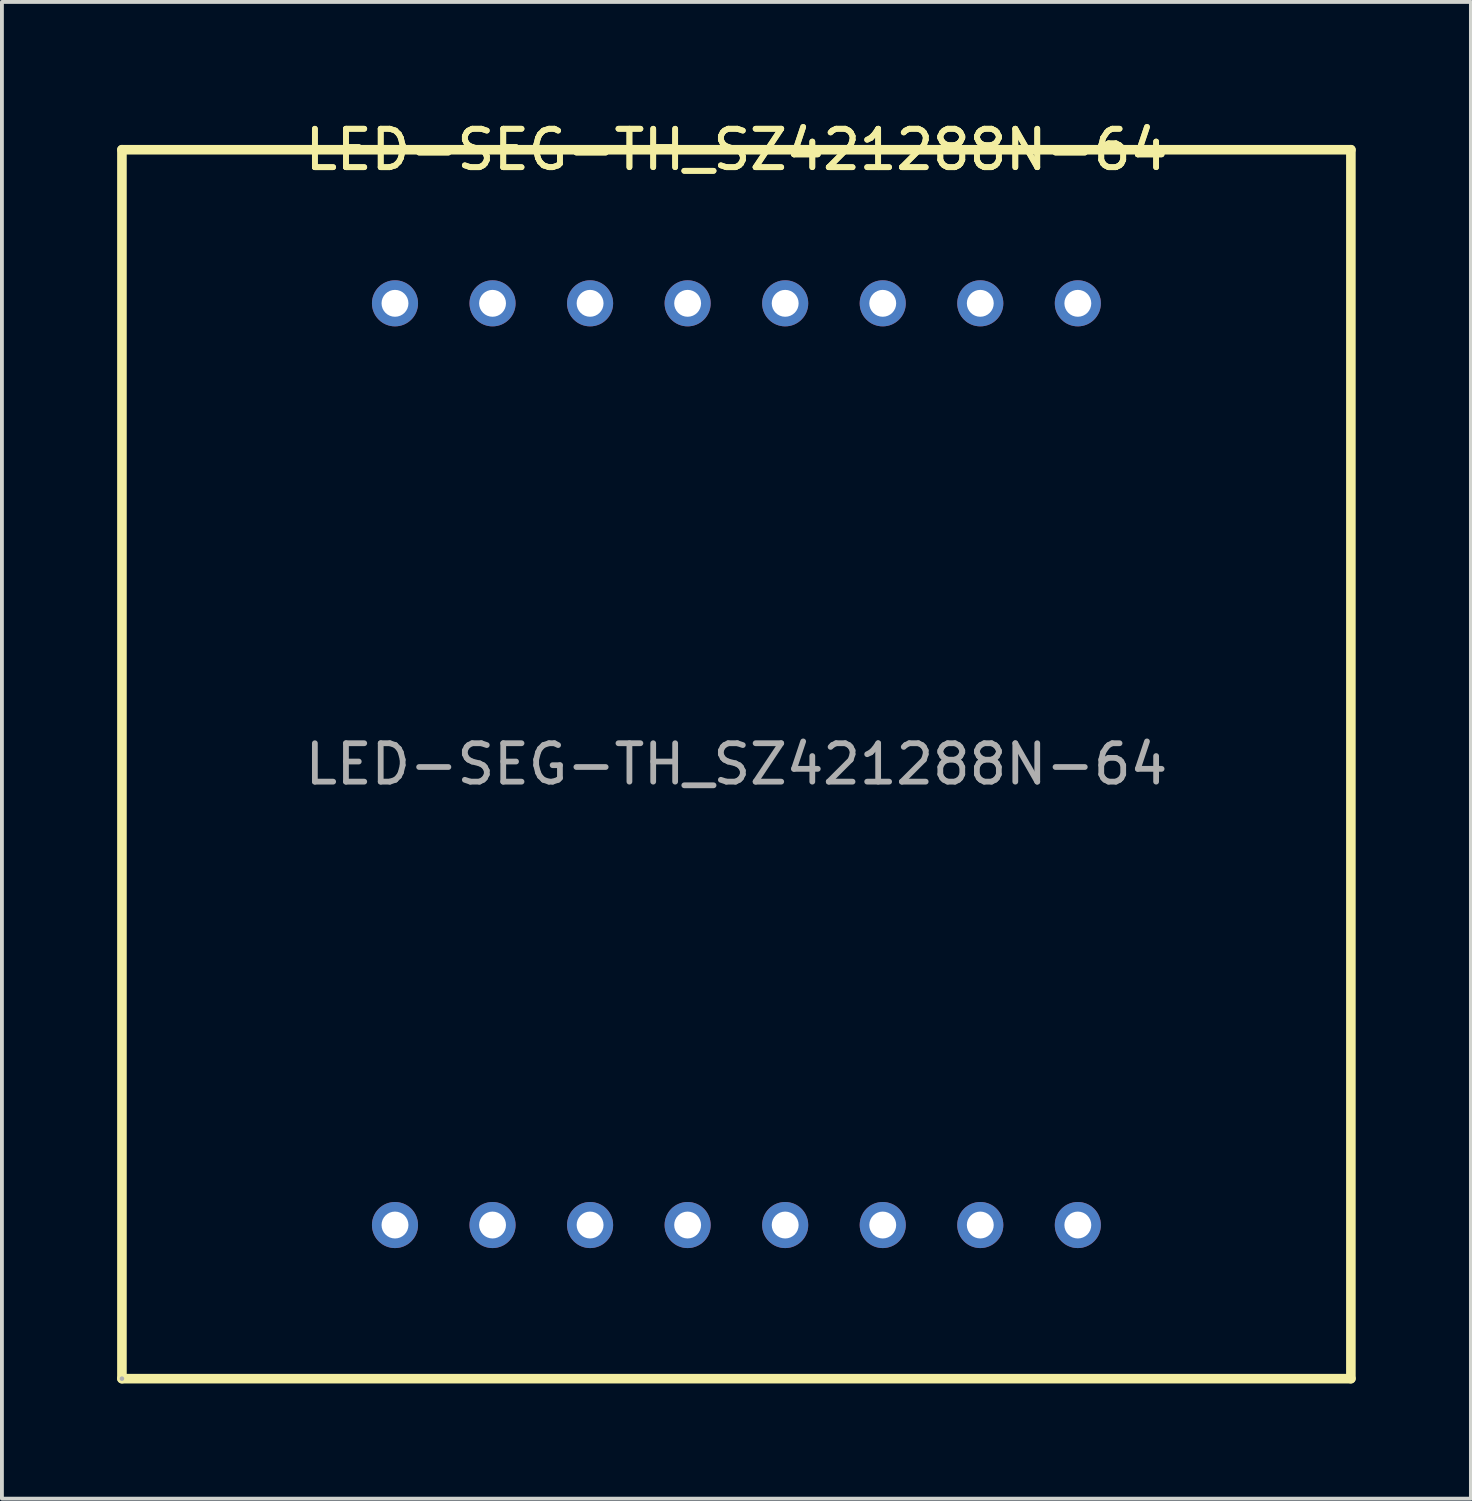
<source format=kicad_pcb>
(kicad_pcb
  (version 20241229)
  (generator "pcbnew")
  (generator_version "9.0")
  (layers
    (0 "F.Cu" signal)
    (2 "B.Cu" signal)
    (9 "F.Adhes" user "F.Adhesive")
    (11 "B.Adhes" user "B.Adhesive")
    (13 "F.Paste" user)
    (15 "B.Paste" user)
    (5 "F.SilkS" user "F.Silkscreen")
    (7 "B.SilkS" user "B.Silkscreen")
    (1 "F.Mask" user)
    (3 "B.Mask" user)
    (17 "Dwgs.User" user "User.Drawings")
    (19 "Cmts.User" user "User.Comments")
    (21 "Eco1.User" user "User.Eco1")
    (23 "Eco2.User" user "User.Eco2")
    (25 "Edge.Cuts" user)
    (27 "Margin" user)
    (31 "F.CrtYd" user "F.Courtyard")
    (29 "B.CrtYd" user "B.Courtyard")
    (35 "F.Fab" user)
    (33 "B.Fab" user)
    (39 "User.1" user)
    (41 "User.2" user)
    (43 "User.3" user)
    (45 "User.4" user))
  (footprint "LED-SEG-TH_SZ421288N-64"
    (layer "F.Cu")
    (at 16.125 16.848)
    (property "Reference" "LED-SEG-TH_SZ421288N-64" (at 0 -16 0) (layer "F.SilkS") (effects (font (size 1 1) (thickness 0.15))))
    (attr through_hole)
    (fp_line (start -16 -16) (end -16 16) (stroke (width 0.25) (type solid)) (layer "F.SilkS"))
    (fp_line (start -16 16) (end 16 16) (stroke (width 0.25) (type solid)) (layer "F.SilkS"))
    (fp_line (start 16 -16) (end -16 -16) (stroke (width 0.25) (type solid)) (layer "F.SilkS"))
    (fp_line (start 16 16) (end 16 -16) (stroke (width 0.25) (type solid)) (layer "F.SilkS"))
    (fp_circle (center -16 16) (end -15.97 16) (stroke (width 0.06) (type solid)) (fill no) (layer "F.Fab"))
    (fp_circle (center -8.89 -12) (end -8.76 -12) (stroke (width 0.25) (type solid)) (fill no) (layer "F.Fab"))
    (fp_circle (center -8.89 12) (end -8.76 12) (stroke (width 0.25) (type solid)) (fill no) (layer "F.Fab"))
    (fp_circle (center -6.35 -12) (end -6.22 -12) (stroke (width 0.25) (type solid)) (fill no) (layer "F.Fab"))
    (fp_circle (center -6.35 12) (end -6.22 12) (stroke (width 0.25) (type solid)) (fill no) (layer "F.Fab"))
    (fp_circle (center -3.81 -12) (end -3.68 -12) (stroke (width 0.25) (type solid)) (fill no) (layer "F.Fab"))
    (fp_circle (center -3.81 12) (end -3.68 12) (stroke (width 0.25) (type solid)) (fill no) (layer "F.Fab"))
    (fp_circle (center -1.27 -12) (end -1.14 -12) (stroke (width 0.25) (type solid)) (fill no) (layer "F.Fab"))
    (fp_circle (center -1.27 12) (end -1.14 12) (stroke (width 0.25) (type solid)) (fill no) (layer "F.Fab"))
    (fp_circle (center 1.27 -12) (end 1.4 -12) (stroke (width 0.25) (type solid)) (fill no) (layer "F.Fab"))
    (fp_circle (center 1.27 12) (end 1.4 12) (stroke (width 0.25) (type solid)) (fill no) (layer "F.Fab"))
    (fp_circle (center 3.81 -12) (end 3.94 -12) (stroke (width 0.25) (type solid)) (fill no) (layer "F.Fab"))
    (fp_circle (center 3.81 12) (end 3.94 12) (stroke (width 0.25) (type solid)) (fill no) (layer "F.Fab"))
    (fp_circle (center 6.35 -12) (end 6.48 -12) (stroke (width 0.25) (type solid)) (fill no) (layer "F.Fab"))
    (fp_circle (center 6.35 12) (end 6.48 12) (stroke (width 0.25) (type solid)) (fill no) (layer "F.Fab"))
    (fp_circle (center 8.89 -12) (end 9.02 -12) (stroke (width 0.25) (type solid)) (fill no) (layer "F.Fab"))
    (fp_circle (center 8.89 12) (end 9.02 12) (stroke (width 0.25) (type solid)) (fill no) (layer "F.Fab"))
    (fp_text user "${REFERENCE}" (at 0 -16 0) (layer "F.SilkS") (effects (font (size 1 1) (thickness 0.15))))
    (fp_text user "${REFERENCE}" (at 0 0 0) (layer "F.Fab") (effects (font (size 1 1) (thickness 0.15))))
    (pad "1" thru_hole circle (at -8.89 12) (size 1.2 1.2) (drill 0.7) (layers "*.Cu" "*.Mask"))
    (pad "2" thru_hole circle (at -6.35 12) (size 1.2 1.2) (drill 0.7) (layers "*.Cu" "*.Mask"))
    (pad "3" thru_hole circle (at -3.81 12) (size 1.2 1.2) (drill 0.7) (layers "*.Cu" "*.Mask"))
    (pad "4" thru_hole circle (at -1.27 12) (size 1.2 1.2) (drill 0.7) (layers "*.Cu" "*.Mask"))
    (pad "5" thru_hole circle (at 1.27 12) (size 1.2 1.2) (drill 0.7) (layers "*.Cu" "*.Mask"))
    (pad "6" thru_hole circle (at 3.81 12) (size 1.2 1.2) (drill 0.7) (layers "*.Cu" "*.Mask"))
    (pad "7" thru_hole circle (at 6.35 12) (size 1.2 1.2) (drill 0.7) (layers "*.Cu" "*.Mask"))
    (pad "8" thru_hole circle (at 8.89 12) (size 1.2 1.2) (drill 0.7) (layers "*.Cu" "*.Mask"))
    (pad "9" thru_hole circle (at 8.89 -12) (size 1.2 1.2) (drill 0.7) (layers "*.Cu" "*.Mask"))
    (pad "10" thru_hole circle (at 6.35 -12) (size 1.2 1.2) (drill 0.7) (layers "*.Cu" "*.Mask"))
    (pad "11" thru_hole circle (at 3.81 -12) (size 1.2 1.2) (drill 0.7) (layers "*.Cu" "*.Mask"))
    (pad "12" thru_hole circle (at 1.27 -12) (size 1.2 1.2) (drill 0.7) (layers "*.Cu" "*.Mask"))
    (pad "13" thru_hole circle (at -1.27 -12) (size 1.2 1.2) (drill 0.7) (layers "*.Cu" "*.Mask"))
    (pad "14" thru_hole circle (at -3.81 -12) (size 1.2 1.2) (drill 0.7) (layers "*.Cu" "*.Mask"))
    (pad "15" thru_hole circle (at -6.35 -12) (size 1.2 1.2) (drill 0.7) (layers "*.Cu" "*.Mask"))
    (pad "16" thru_hole circle (at -8.89 -12) (size 1.2 1.2) (drill 0.7) (layers "*.Cu" "*.Mask")))
  (gr_rect
    (start -3 -3)
    (end 35.25 35.973)
    (stroke (width 0.1) (type default))
    (fill no)
    (layer "Edge.Cuts")))
</source>
